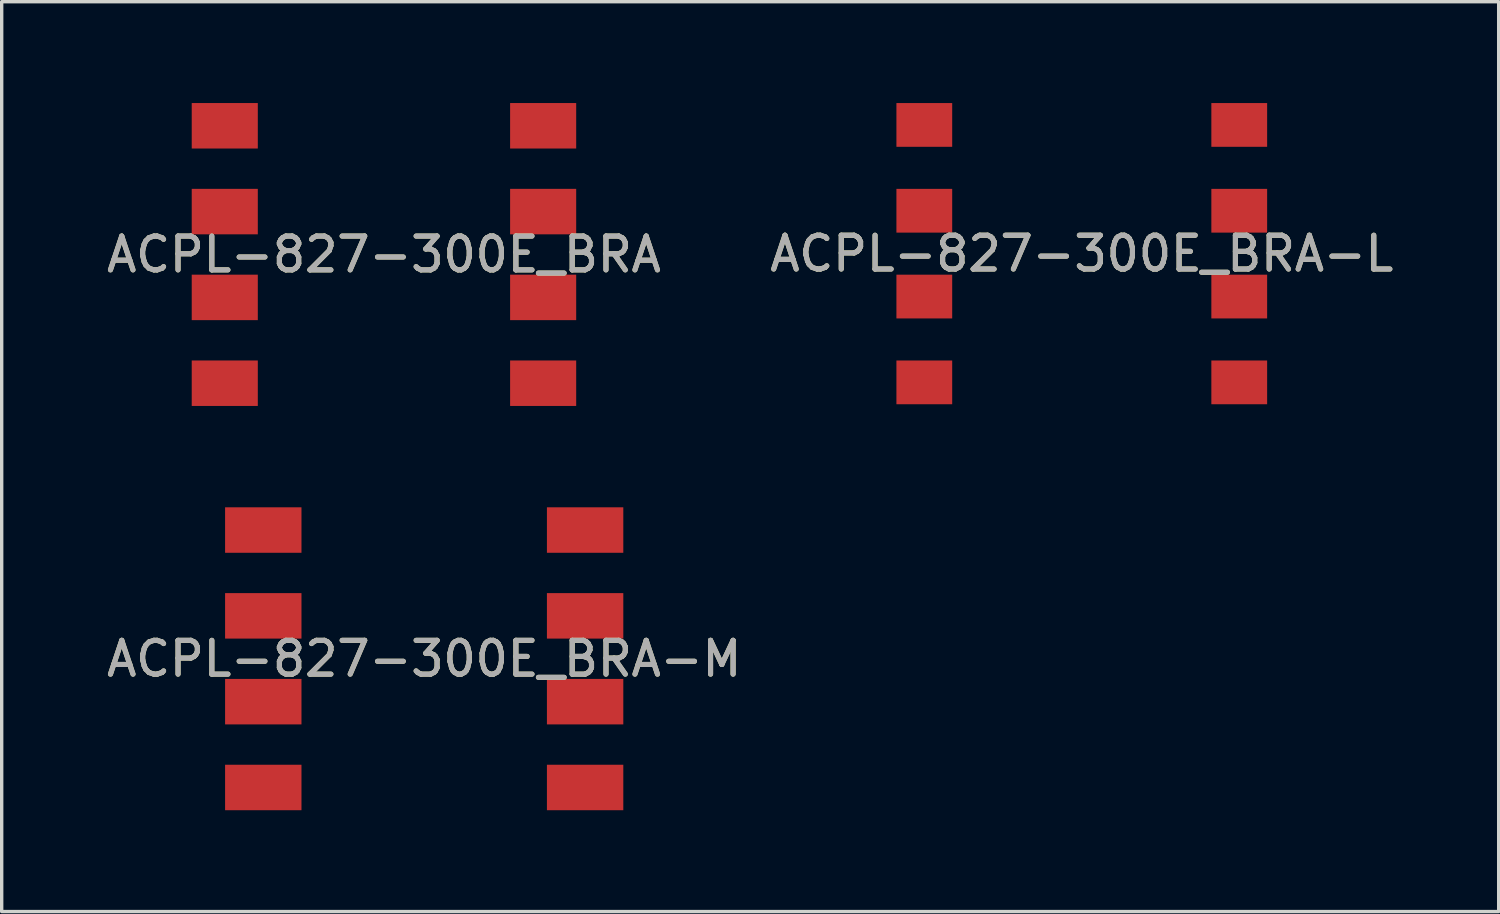
<source format=kicad_pcb>
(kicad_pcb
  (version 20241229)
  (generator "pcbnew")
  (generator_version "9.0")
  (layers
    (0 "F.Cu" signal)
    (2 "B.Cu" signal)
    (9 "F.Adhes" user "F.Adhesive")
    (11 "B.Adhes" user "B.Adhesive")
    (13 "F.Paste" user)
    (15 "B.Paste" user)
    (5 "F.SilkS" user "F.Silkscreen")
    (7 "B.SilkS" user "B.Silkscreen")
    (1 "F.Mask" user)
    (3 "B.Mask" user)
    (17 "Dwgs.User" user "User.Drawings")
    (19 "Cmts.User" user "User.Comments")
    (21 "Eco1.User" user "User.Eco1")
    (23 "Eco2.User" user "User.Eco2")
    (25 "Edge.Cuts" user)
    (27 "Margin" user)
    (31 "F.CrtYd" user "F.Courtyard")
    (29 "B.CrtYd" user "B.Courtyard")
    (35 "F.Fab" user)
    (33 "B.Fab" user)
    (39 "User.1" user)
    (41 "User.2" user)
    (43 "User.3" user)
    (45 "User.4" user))
  (footprint "ACPL-827-300E_BRA"
    (layer "F.Cu")
    (at 8.315 4.483)
    (property "Reference" "ACPL-827-300E_BRA" (at 0 0 0) (unlocked yes) (layer "F.SilkS") (effects (font (size 1 1) (thickness 0.15))))
    (attr smd)
    (fp_text user "${REFERENCE}" (at 0 0 0) (unlocked yes) (layer "F.Fab") (effects (font (size 1 1) (thickness 0.15))))
    (pad "1" smd rect (at -4.712 -3.81) (size 1.956 1.346) (layers "F.Cu" "F.Mask" "F.Paste"))
    (pad "2" smd rect (at -4.712 -1.27) (size 1.956 1.346) (layers "F.Cu" "F.Mask" "F.Paste"))
    (pad "3" smd rect (at -4.712 1.27) (size 1.956 1.346) (layers "F.Cu" "F.Mask" "F.Paste"))
    (pad "4" smd rect (at -4.712 3.81) (size 1.956 1.346) (layers "F.Cu" "F.Mask" "F.Paste"))
    (pad "5" smd rect (at 4.712 3.81) (size 1.956 1.346) (layers "F.Cu" "F.Mask" "F.Paste"))
    (pad "6" smd rect (at 4.712 1.27) (size 1.956 1.346) (layers "F.Cu" "F.Mask" "F.Paste"))
    (pad "7" smd rect (at 4.712 -1.27) (size 1.956 1.346) (layers "F.Cu" "F.Mask" "F.Paste"))
    (pad "8" smd rect (at 4.712 -3.81) (size 1.956 1.346) (layers "F.Cu" "F.Mask" "F.Paste")))
  (footprint "ACPL-827-300E_BRA-L"
    (layer "F.Cu")
    (at 28.97 4.458)
    (property "Reference" "ACPL-827-300E_BRA-L" (at 0 0 0) (unlocked yes) (layer "F.SilkS") (effects (font (size 1 1) (thickness 0.15))))
    (attr smd)
    (fp_text user "${REFERENCE}" (at 0 0 0) (unlocked yes) (layer "F.Fab") (effects (font (size 1 1) (thickness 0.15))))
    (pad "1" smd rect (at -4.661 -3.81) (size 1.651 1.295) (layers "F.Cu" "F.Mask" "F.Paste"))
    (pad "2" smd rect (at -4.661 -1.27) (size 1.651 1.295) (layers "F.Cu" "F.Mask" "F.Paste"))
    (pad "3" smd rect (at -4.661 1.27) (size 1.651 1.295) (layers "F.Cu" "F.Mask" "F.Paste"))
    (pad "4" smd rect (at -4.661 3.81) (size 1.651 1.295) (layers "F.Cu" "F.Mask" "F.Paste"))
    (pad "5" smd rect (at 4.661 3.81) (size 1.651 1.295) (layers "F.Cu" "F.Mask" "F.Paste"))
    (pad "6" smd rect (at 4.661 1.27) (size 1.651 1.295) (layers "F.Cu" "F.Mask" "F.Paste"))
    (pad "7" smd rect (at 4.661 -1.27) (size 1.651 1.295) (layers "F.Cu" "F.Mask" "F.Paste"))
    (pad "8" smd rect (at 4.661 -3.81) (size 1.651 1.295) (layers "F.Cu" "F.Mask" "F.Paste")))
  (footprint "ACPL-827-300E_BRA-M"
    (layer "F.Cu")
    (at 9.506 16.449)
    (property "Reference" "ACPL-827-300E_BRA-M" (at 0 0 0) (unlocked yes) (layer "F.SilkS") (effects (font (size 1 1) (thickness 0.15))))
    (attr smd)
    (fp_text user "${REFERENCE}" (at 0 0 0) (unlocked yes) (layer "F.Fab") (effects (font (size 1 1) (thickness 0.15))))
    (pad "1" smd rect (at -4.763 -3.81) (size 2.261 1.346) (layers "F.Cu" "F.Mask" "F.Paste"))
    (pad "2" smd rect (at -4.763 -1.27) (size 2.261 1.346) (layers "F.Cu" "F.Mask" "F.Paste"))
    (pad "3" smd rect (at -4.763 1.27) (size 2.261 1.346) (layers "F.Cu" "F.Mask" "F.Paste"))
    (pad "4" smd rect (at -4.763 3.81) (size 2.261 1.346) (layers "F.Cu" "F.Mask" "F.Paste"))
    (pad "5" smd rect (at 4.763 3.81) (size 2.261 1.346) (layers "F.Cu" "F.Mask" "F.Paste"))
    (pad "6" smd rect (at 4.763 1.27) (size 2.261 1.346) (layers "F.Cu" "F.Mask" "F.Paste"))
    (pad "7" smd rect (at 4.763 -1.27) (size 2.261 1.346) (layers "F.Cu" "F.Mask" "F.Paste"))
    (pad "8" smd rect (at 4.763 -3.81) (size 2.261 1.346) (layers "F.Cu" "F.Mask" "F.Paste")))
  (gr_rect
    (start -3 -3)
    (end 41.31 23.932)
    (stroke (width 0.1) (type default))
    (fill no)
    (layer "Edge.Cuts")))
</source>
